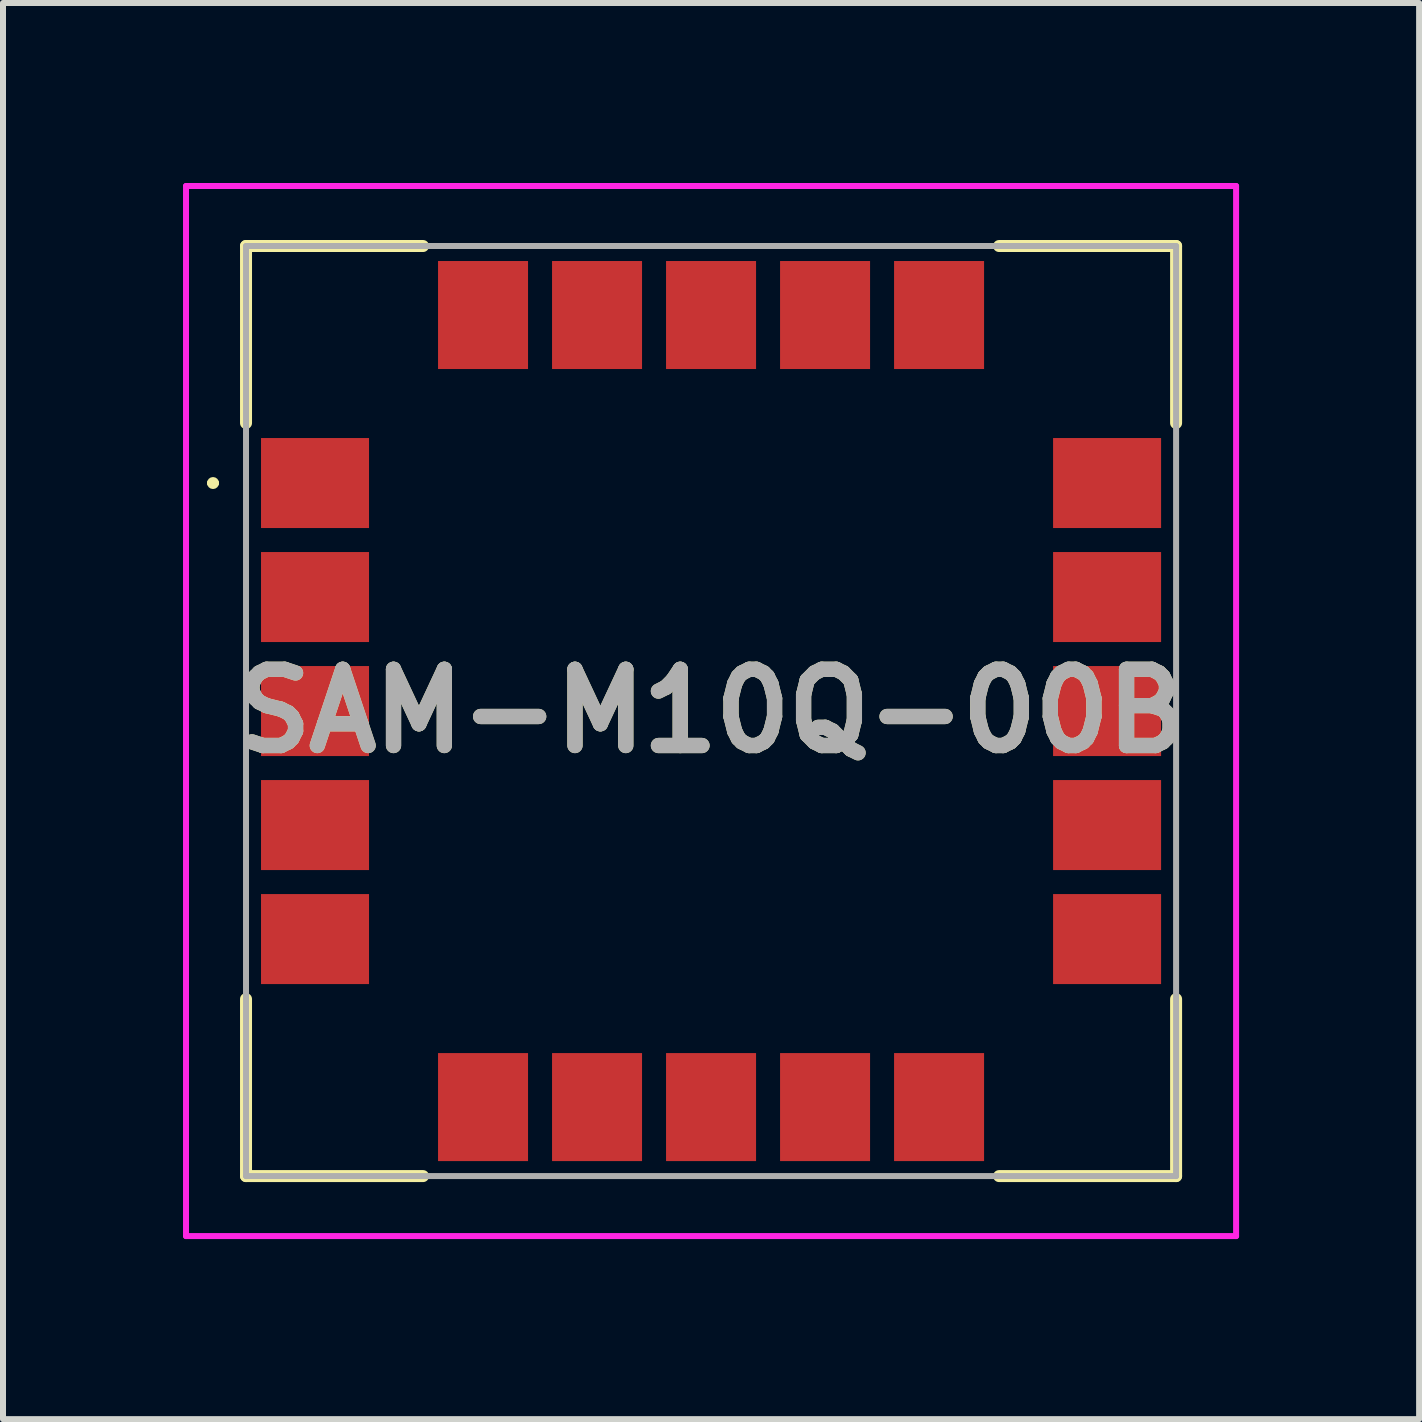
<source format=kicad_pcb>
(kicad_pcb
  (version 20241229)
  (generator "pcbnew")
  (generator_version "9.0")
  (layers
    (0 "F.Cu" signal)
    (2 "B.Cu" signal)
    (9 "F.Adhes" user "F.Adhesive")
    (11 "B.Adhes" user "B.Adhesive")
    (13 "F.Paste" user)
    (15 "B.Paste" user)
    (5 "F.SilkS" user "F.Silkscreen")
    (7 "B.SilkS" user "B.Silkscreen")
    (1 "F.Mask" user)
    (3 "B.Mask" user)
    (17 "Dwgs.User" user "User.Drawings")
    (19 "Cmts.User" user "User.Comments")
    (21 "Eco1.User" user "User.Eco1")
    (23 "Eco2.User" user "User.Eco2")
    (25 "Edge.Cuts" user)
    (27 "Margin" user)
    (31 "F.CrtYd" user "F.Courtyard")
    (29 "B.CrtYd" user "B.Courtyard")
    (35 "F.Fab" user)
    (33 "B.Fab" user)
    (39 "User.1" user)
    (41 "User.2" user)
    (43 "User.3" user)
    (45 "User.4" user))
  (footprint "SAM-M10Q-00B"
    (layer "F.Cu")
    (at 8.8 8.8)
    (property "Reference" "SAM-M10Q-00B" (at 0 0 0) (layer "F.SilkS") (effects (font (size 1.27 1.27) (thickness 0.254))))
    (attr smd)
    (fp_line (start -8.35 -3.8) (end -8.35 -3.8) (stroke (width 0.1) (type solid)) (layer "F.SilkS"))
    (fp_line (start -8.25 -3.8) (end -8.25 -3.8) (stroke (width 0.1) (type solid)) (layer "F.SilkS"))
    (fp_line (start -7.75 -7.75) (end -4.8 -7.75) (stroke (width 0.2) (type solid)) (layer "F.SilkS"))
    (fp_line (start -7.75 -4.8) (end -7.75 -7.75) (stroke (width 0.2) (type solid)) (layer "F.SilkS"))
    (fp_line (start -7.75 4.8) (end -7.75 7.75) (stroke (width 0.2) (type solid)) (layer "F.SilkS"))
    (fp_line (start -7.75 7.75) (end -4.8 7.75) (stroke (width 0.2) (type solid)) (layer "F.SilkS"))
    (fp_line (start 4.8 -7.75) (end 7.75 -7.75) (stroke (width 0.2) (type solid)) (layer "F.SilkS"))
    (fp_line (start 7.75 -7.75) (end 7.75 -4.8) (stroke (width 0.2) (type solid)) (layer "F.SilkS"))
    (fp_line (start 7.75 4.8) (end 7.75 7.75) (stroke (width 0.2) (type solid)) (layer "F.SilkS"))
    (fp_line (start 7.75 7.75) (end 4.8 7.75) (stroke (width 0.2) (type solid)) (layer "F.SilkS"))
    (fp_arc (start -8.35 -3.8) (mid -8.3 -3.85) (end -8.25 -3.8) (stroke (width 0.1) (type solid)) (layer "F.SilkS"))
    (fp_arc (start -8.25 -3.8) (mid -8.3 -3.75) (end -8.35 -3.8) (stroke (width 0.1) (type solid)) (layer "F.SilkS"))
    (fp_line (start -8.75 -8.75) (end 8.75 -8.75) (stroke (width 0.1) (type solid)) (layer "F.CrtYd"))
    (fp_line (start -8.75 8.75) (end -8.75 -8.75) (stroke (width 0.1) (type solid)) (layer "F.CrtYd"))
    (fp_line (start 8.75 -8.75) (end 8.75 8.75) (stroke (width 0.1) (type solid)) (layer "F.CrtYd"))
    (fp_line (start 8.75 8.75) (end -8.75 8.75) (stroke (width 0.1) (type solid)) (layer "F.CrtYd"))
    (fp_line (start -7.75 -7.75) (end 7.75 -7.75) (stroke (width 0.1) (type solid)) (layer "F.Fab"))
    (fp_line (start -7.75 7.75) (end -7.75 -7.75) (stroke (width 0.1) (type solid)) (layer "F.Fab"))
    (fp_line (start 7.75 -7.75) (end 7.75 7.75) (stroke (width 0.1) (type solid)) (layer "F.Fab"))
    (fp_line (start 7.75 7.75) (end -7.75 7.75) (stroke (width 0.1) (type solid)) (layer "F.Fab"))
    (fp_text user "${REFERENCE}" (at 0 0 0) (layer "F.Fab") (effects (font (size 1.27 1.27) (thickness 0.254))))
    (pad "1" smd rect (at -6.6 -3.8 90) (size 1.5 1.8) (layers "F.Cu" "F.Mask" "F.Paste"))
    (pad "2" smd rect (at -6.6 -1.9 90) (size 1.5 1.8) (layers "F.Cu" "F.Mask" "F.Paste"))
    (pad "3" smd rect (at -6.6 0 90) (size 1.5 1.8) (layers "F.Cu" "F.Mask" "F.Paste"))
    (pad "4" smd rect (at -6.6 1.9 90) (size 1.5 1.8) (layers "F.Cu" "F.Mask" "F.Paste"))
    (pad "5" smd rect (at -6.6 3.8 90) (size 1.5 1.8) (layers "F.Cu" "F.Mask" "F.Paste"))
    (pad "6" smd rect (at -3.8 6.6) (size 1.5 1.8) (layers "F.Cu" "F.Mask" "F.Paste"))
    (pad "7" smd rect (at -1.9 6.6) (size 1.5 1.8) (layers "F.Cu" "F.Mask" "F.Paste"))
    (pad "8" smd rect (at 0 6.6) (size 1.5 1.8) (layers "F.Cu" "F.Mask" "F.Paste"))
    (pad "9" smd rect (at 1.9 6.6) (size 1.5 1.8) (layers "F.Cu" "F.Mask" "F.Paste"))
    (pad "10" smd rect (at 3.8 6.6) (size 1.5 1.8) (layers "F.Cu" "F.Mask" "F.Paste"))
    (pad "11" smd rect (at 6.6 3.8 90) (size 1.5 1.8) (layers "F.Cu" "F.Mask" "F.Paste"))
    (pad "12" smd rect (at 6.6 1.9 90) (size 1.5 1.8) (layers "F.Cu" "F.Mask" "F.Paste"))
    (pad "13" smd rect (at 6.6 0 90) (size 1.5 1.8) (layers "F.Cu" "F.Mask" "F.Paste"))
    (pad "14" smd rect (at 6.6 -1.9 90) (size 1.5 1.8) (layers "F.Cu" "F.Mask" "F.Paste"))
    (pad "15" smd rect (at 6.6 -3.8 90) (size 1.5 1.8) (layers "F.Cu" "F.Mask" "F.Paste"))
    (pad "16" smd rect (at 3.8 -6.6) (size 1.5 1.8) (layers "F.Cu" "F.Mask" "F.Paste"))
    (pad "17" smd rect (at 1.9 -6.6) (size 1.5 1.8) (layers "F.Cu" "F.Mask" "F.Paste"))
    (pad "18" smd rect (at 0 -6.6) (size 1.5 1.8) (layers "F.Cu" "F.Mask" "F.Paste"))
    (pad "19" smd rect (at -1.9 -6.6) (size 1.5 1.8) (layers "F.Cu" "F.Mask" "F.Paste"))
    (pad "20" smd rect (at -3.8 -6.6) (size 1.5 1.8) (layers "F.Cu" "F.Mask" "F.Paste")))
  (gr_rect
    (start -3 -3)
    (end 20.6 20.6)
    (stroke (width 0.1) (type default))
    (fill no)
    (layer "Edge.Cuts")))
</source>
